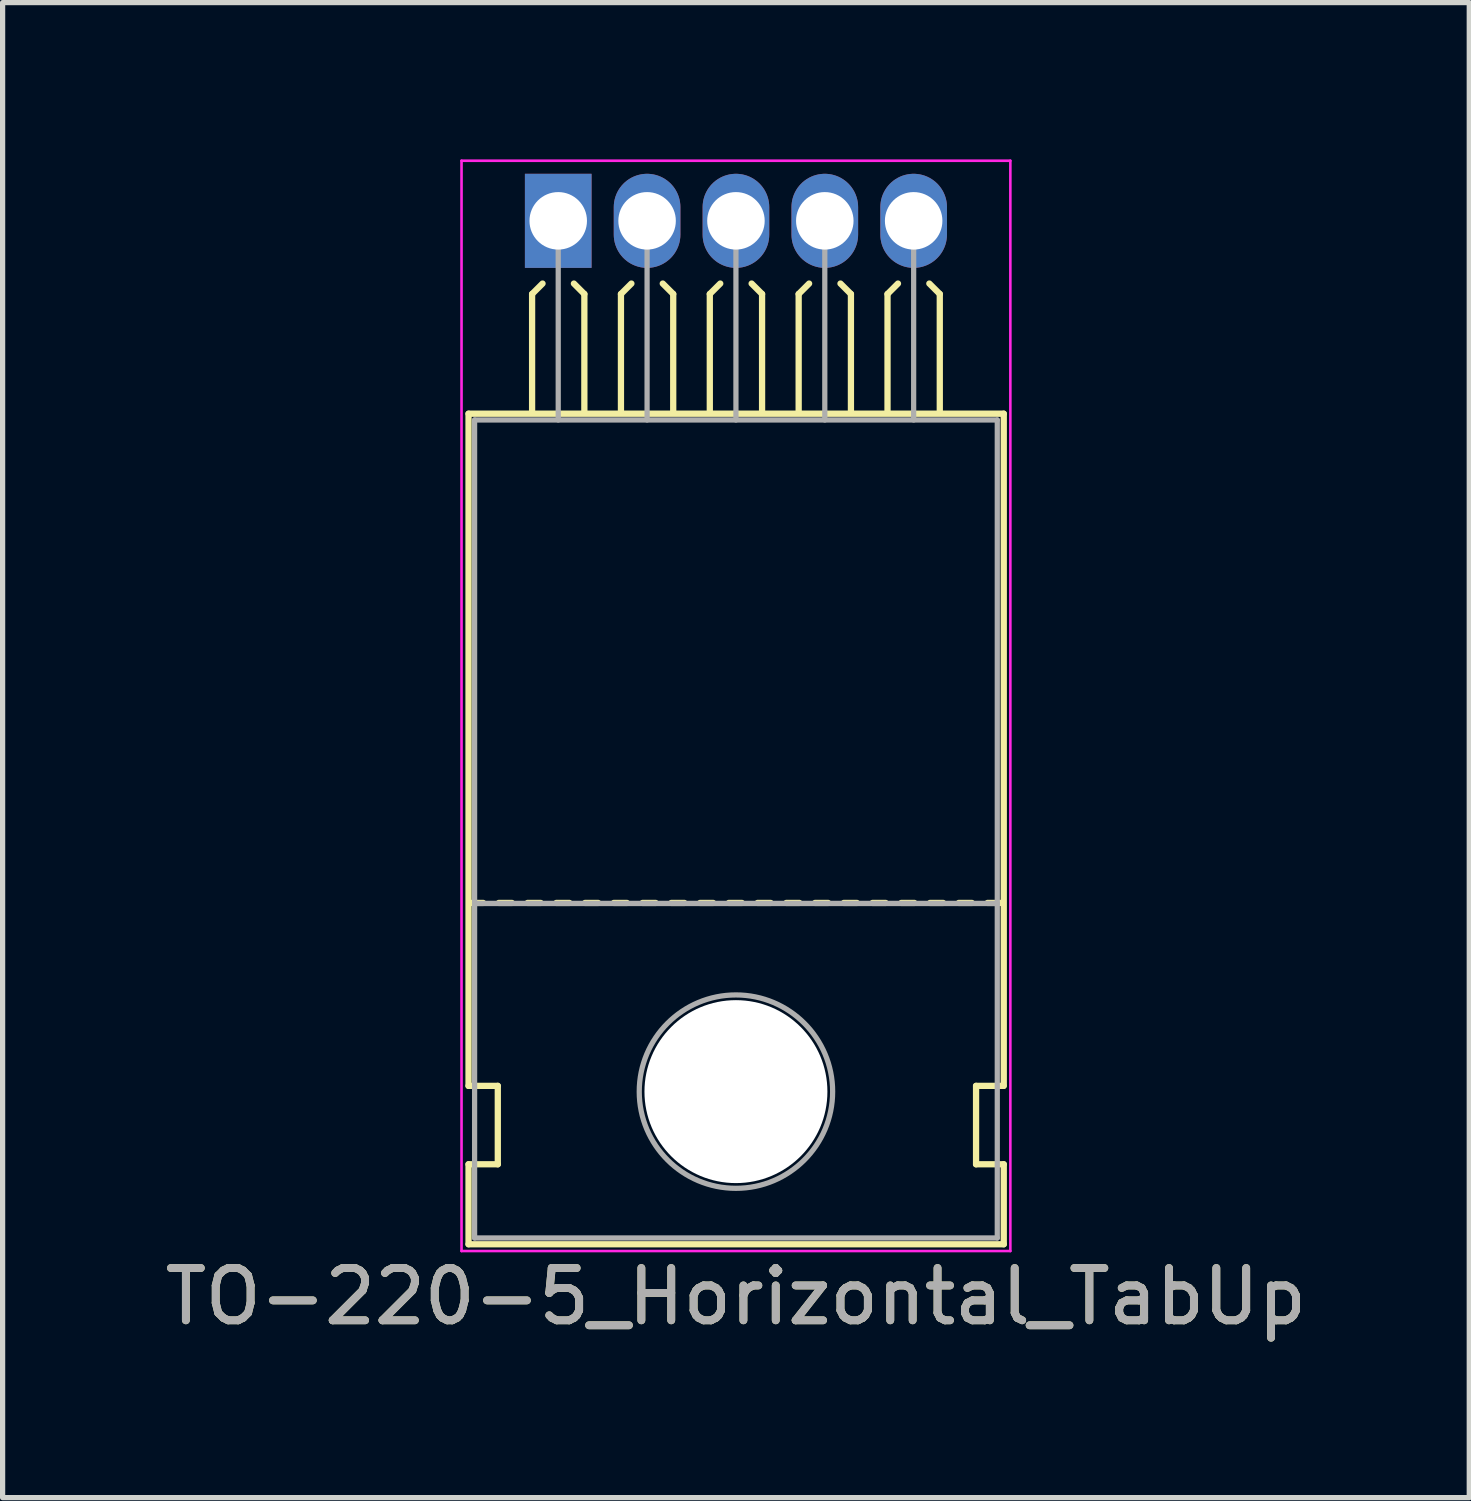
<source format=kicad_pcb>
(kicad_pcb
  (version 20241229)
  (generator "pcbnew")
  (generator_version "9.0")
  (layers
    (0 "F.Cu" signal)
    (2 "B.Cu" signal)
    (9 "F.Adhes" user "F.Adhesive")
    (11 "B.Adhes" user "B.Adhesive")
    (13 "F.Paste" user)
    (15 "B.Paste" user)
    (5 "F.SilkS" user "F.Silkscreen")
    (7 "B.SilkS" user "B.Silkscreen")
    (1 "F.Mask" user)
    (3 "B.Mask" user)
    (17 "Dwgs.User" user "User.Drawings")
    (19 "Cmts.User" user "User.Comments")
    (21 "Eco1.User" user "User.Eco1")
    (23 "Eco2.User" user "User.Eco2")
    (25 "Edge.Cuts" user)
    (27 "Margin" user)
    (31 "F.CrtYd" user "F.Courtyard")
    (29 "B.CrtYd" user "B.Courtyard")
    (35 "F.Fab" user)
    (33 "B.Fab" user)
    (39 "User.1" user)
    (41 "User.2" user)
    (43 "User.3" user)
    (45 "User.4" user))
  (footprint "TO-220-5_Horizontal_TabUp"
    (layer "F.Cu")
    (at 7.63 1.175)
    (property "Reference" "TO-220-5_Horizontal_TabUp" (at 3.4 20.58 0) (layer "F.SilkS") (effects (font (size 1 1) (thickness 0.15))))
    (attr through_hole)
    (fp_line (start -1.716 16.55) (end -1.716 3.69) (stroke (width 0.12) (type solid)) (layer "F.SilkS"))
    (fp_line (start -1.716 16.55) (end -1.156 16.55) (stroke (width 0.12) (type solid)) (layer "F.SilkS"))
    (fp_line (start -1.716 19.58) (end -1.716 18.05) (stroke (width 0.12) (type solid)) (layer "F.SilkS"))
    (fp_line (start -1.436 13.05) (end -1.686 13.05) (stroke (width 0.12) (type solid)) (layer "F.SilkS"))
    (fp_line (start -1.156 16.55) (end -1.156 18.05) (stroke (width 0.12) (type solid)) (layer "F.SilkS"))
    (fp_line (start -1.156 18.05) (end -1.716 18.05) (stroke (width 0.12) (type solid)) (layer "F.SilkS"))
    (fp_line (start -0.886 13.05) (end -1.136 13.05) (stroke (width 0.12) (type solid)) (layer "F.SilkS"))
    (fp_line (start -0.5 1.4) (end -0.3 1.2) (stroke (width 0.12) (type solid)) (layer "F.SilkS"))
    (fp_line (start -0.5 3.65) (end -0.5 1.4) (stroke (width 0.12) (type solid)) (layer "F.SilkS"))
    (fp_line (start -0.336 13.05) (end -0.586 13.05) (stroke (width 0.12) (type solid)) (layer "F.SilkS"))
    (fp_line (start 0.214 13.05) (end -0.036 13.05) (stroke (width 0.12) (type solid)) (layer "F.SilkS"))
    (fp_line (start 0.5 1.4) (end 0.3 1.2) (stroke (width 0.12) (type solid)) (layer "F.SilkS"))
    (fp_line (start 0.5 3.65) (end 0.5 1.4) (stroke (width 0.12) (type solid)) (layer "F.SilkS"))
    (fp_line (start 0.764 13.05) (end 0.514 13.05) (stroke (width 0.12) (type solid)) (layer "F.SilkS"))
    (fp_line (start 1.2 1.4) (end 1.4 1.2) (stroke (width 0.12) (type solid)) (layer "F.SilkS"))
    (fp_line (start 1.2 3.65) (end 1.2 1.4) (stroke (width 0.12) (type solid)) (layer "F.SilkS"))
    (fp_line (start 1.314 13.05) (end 1.064 13.05) (stroke (width 0.12) (type solid)) (layer "F.SilkS"))
    (fp_line (start 1.864 13.05) (end 1.614 13.05) (stroke (width 0.12) (type solid)) (layer "F.SilkS"))
    (fp_line (start 2.2 1.4) (end 2 1.2) (stroke (width 0.12) (type solid)) (layer "F.SilkS"))
    (fp_line (start 2.2 3.65) (end 2.2 1.4) (stroke (width 0.12) (type solid)) (layer "F.SilkS"))
    (fp_line (start 2.414 13.05) (end 2.164 13.05) (stroke (width 0.12) (type solid)) (layer "F.SilkS"))
    (fp_line (start 2.9 1.4) (end 3.1 1.2) (stroke (width 0.12) (type solid)) (layer "F.SilkS"))
    (fp_line (start 2.9 3.65) (end 2.9 1.4) (stroke (width 0.12) (type solid)) (layer "F.SilkS"))
    (fp_line (start 2.964 13.05) (end 2.714 13.05) (stroke (width 0.12) (type solid)) (layer "F.SilkS"))
    (fp_line (start 3.514 13.05) (end 3.264 13.05) (stroke (width 0.12) (type solid)) (layer "F.SilkS"))
    (fp_line (start 3.9 1.4) (end 3.7 1.2) (stroke (width 0.12) (type solid)) (layer "F.SilkS"))
    (fp_line (start 3.9 3.65) (end 3.9 1.4) (stroke (width 0.12) (type solid)) (layer "F.SilkS"))
    (fp_line (start 4.064 13.05) (end 3.814 13.05) (stroke (width 0.12) (type solid)) (layer "F.SilkS"))
    (fp_line (start 4.6 1.4) (end 4.8 1.2) (stroke (width 0.12) (type solid)) (layer "F.SilkS"))
    (fp_line (start 4.6 3.65) (end 4.6 1.4) (stroke (width 0.12) (type solid)) (layer "F.SilkS"))
    (fp_line (start 4.614 13.05) (end 4.364 13.05) (stroke (width 0.12) (type solid)) (layer "F.SilkS"))
    (fp_line (start 5.164 13.05) (end 4.914 13.05) (stroke (width 0.12) (type solid)) (layer "F.SilkS"))
    (fp_line (start 5.6 1.4) (end 5.4 1.2) (stroke (width 0.12) (type solid)) (layer "F.SilkS"))
    (fp_line (start 5.6 3.65) (end 5.6 1.4) (stroke (width 0.12) (type solid)) (layer "F.SilkS"))
    (fp_line (start 5.714 13.05) (end 5.464 13.05) (stroke (width 0.12) (type solid)) (layer "F.SilkS"))
    (fp_line (start 6.264 13.05) (end 6.014 13.05) (stroke (width 0.12) (type solid)) (layer "F.SilkS"))
    (fp_line (start 6.3 1.4) (end 6.5 1.2) (stroke (width 0.12) (type solid)) (layer "F.SilkS"))
    (fp_line (start 6.3 3.65) (end 6.3 1.4) (stroke (width 0.12) (type solid)) (layer "F.SilkS"))
    (fp_line (start 6.814 13.05) (end 6.564 13.05) (stroke (width 0.12) (type solid)) (layer "F.SilkS"))
    (fp_line (start 7.3 1.4) (end 7.1 1.2) (stroke (width 0.12) (type solid)) (layer "F.SilkS"))
    (fp_line (start 7.3 3.65) (end 7.3 1.4) (stroke (width 0.12) (type solid)) (layer "F.SilkS"))
    (fp_line (start 7.364 13.05) (end 7.114 13.05) (stroke (width 0.12) (type solid)) (layer "F.SilkS"))
    (fp_line (start 7.914 13.05) (end 7.664 13.05) (stroke (width 0.12) (type solid)) (layer "F.SilkS"))
    (fp_line (start 7.994 16.55) (end 8.519 16.55) (stroke (width 0.12) (type solid)) (layer "F.SilkS"))
    (fp_line (start 7.994 18.05) (end 7.994 16.55) (stroke (width 0.12) (type solid)) (layer "F.SilkS"))
    (fp_line (start 8.464 13.05) (end 8.214 13.05) (stroke (width 0.12) (type solid)) (layer "F.SilkS"))
    (fp_line (start 8.524 3.69) (end -1.716 3.69) (stroke (width 0.12) (type solid)) (layer "F.SilkS"))
    (fp_line (start 8.524 16.55) (end 8.524 3.69) (stroke (width 0.12) (type solid)) (layer "F.SilkS"))
    (fp_line (start 8.524 18.05) (end 7.994 18.05) (stroke (width 0.12) (type solid)) (layer "F.SilkS"))
    (fp_line (start 8.524 19.58) (end -1.716 19.58) (stroke (width 0.12) (type solid)) (layer "F.SilkS"))
    (fp_line (start 8.524 19.58) (end 8.524 18.05) (stroke (width 0.12) (type solid)) (layer "F.SilkS"))
    (fp_line (start -1.85 -1.15) (end -1.85 19.71) (stroke (width 0.05) (type solid)) (layer "F.CrtYd"))
    (fp_line (start -1.85 19.71) (end 8.65 19.71) (stroke (width 0.05) (type solid)) (layer "F.CrtYd"))
    (fp_line (start 8.65 -1.15) (end -1.85 -1.15) (stroke (width 0.05) (type solid)) (layer "F.CrtYd"))
    (fp_line (start 8.65 19.71) (end 8.65 -1.15) (stroke (width 0.05) (type solid)) (layer "F.CrtYd"))
    (fp_line (start -1.6 3.81) (end -1.6 13.06) (stroke (width 0.1) (type solid)) (layer "F.Fab"))
    (fp_line (start -1.6 13.06) (end -1.6 19.46) (stroke (width 0.1) (type solid)) (layer "F.Fab"))
    (fp_line (start -1.6 13.06) (end 8.4 13.06) (stroke (width 0.1) (type solid)) (layer "F.Fab"))
    (fp_line (start -1.6 19.46) (end 8.4 19.46) (stroke (width 0.1) (type solid)) (layer "F.Fab"))
    (fp_line (start 0 3.81) (end 0 0) (stroke (width 0.1) (type solid)) (layer "F.Fab"))
    (fp_line (start 1.7 3.81) (end 1.7 0) (stroke (width 0.1) (type solid)) (layer "F.Fab"))
    (fp_line (start 3.4 3.81) (end 3.4 0) (stroke (width 0.1) (type solid)) (layer "F.Fab"))
    (fp_line (start 5.1 3.81) (end 5.1 0) (stroke (width 0.1) (type solid)) (layer "F.Fab"))
    (fp_line (start 6.8 3.81) (end 6.8 0) (stroke (width 0.1) (type solid)) (layer "F.Fab"))
    (fp_line (start 8.4 3.81) (end -1.6 3.81) (stroke (width 0.1) (type solid)) (layer "F.Fab"))
    (fp_line (start 8.4 13.06) (end -1.6 13.06) (stroke (width 0.1) (type solid)) (layer "F.Fab"))
    (fp_line (start 8.4 13.06) (end 8.4 3.81) (stroke (width 0.1) (type solid)) (layer "F.Fab"))
    (fp_line (start 8.4 19.46) (end 8.4 13.06) (stroke (width 0.1) (type solid)) (layer "F.Fab"))
    (fp_circle (center 3.4 16.66) (end 5.25 16.66) (stroke (width 0.1) (type solid)) (fill no) (layer "F.Fab"))
    (fp_text user "${REFERENCE}" (at 3.4 20.58 0) (layer "F.Fab") (effects (font (size 1 1) (thickness 0.15))))
    (pad "" np_thru_hole oval (at 3.4 16.66) (size 3.5 3.5) (drill 3.5) (layers "*.Cu" "*.Mask"))
    (pad "1" thru_hole rect (at 0 0) (size 1.275 1.8) (drill 1.1) (layers "*.Cu" "*.Mask"))
    (pad "2" thru_hole oval (at 1.7 0) (size 1.275 1.8) (drill 1.1) (layers "*.Cu" "*.Mask"))
    (pad "3" thru_hole oval (at 3.4 0) (size 1.275 1.8) (drill 1.1) (layers "*.Cu" "*.Mask"))
    (pad "4" thru_hole oval (at 5.1 0) (size 1.275 1.8) (drill 1.1) (layers "*.Cu" "*.Mask"))
    (pad "5" thru_hole oval (at 6.8 0) (size 1.275 1.8) (drill 1.1) (layers "*.Cu" "*.Mask")))
  (gr_rect
    (start -3 -3)
    (end 25.06 25.603)
    (stroke (width 0.1) (type default))
    (fill no)
    (layer "Edge.Cuts")))
</source>
